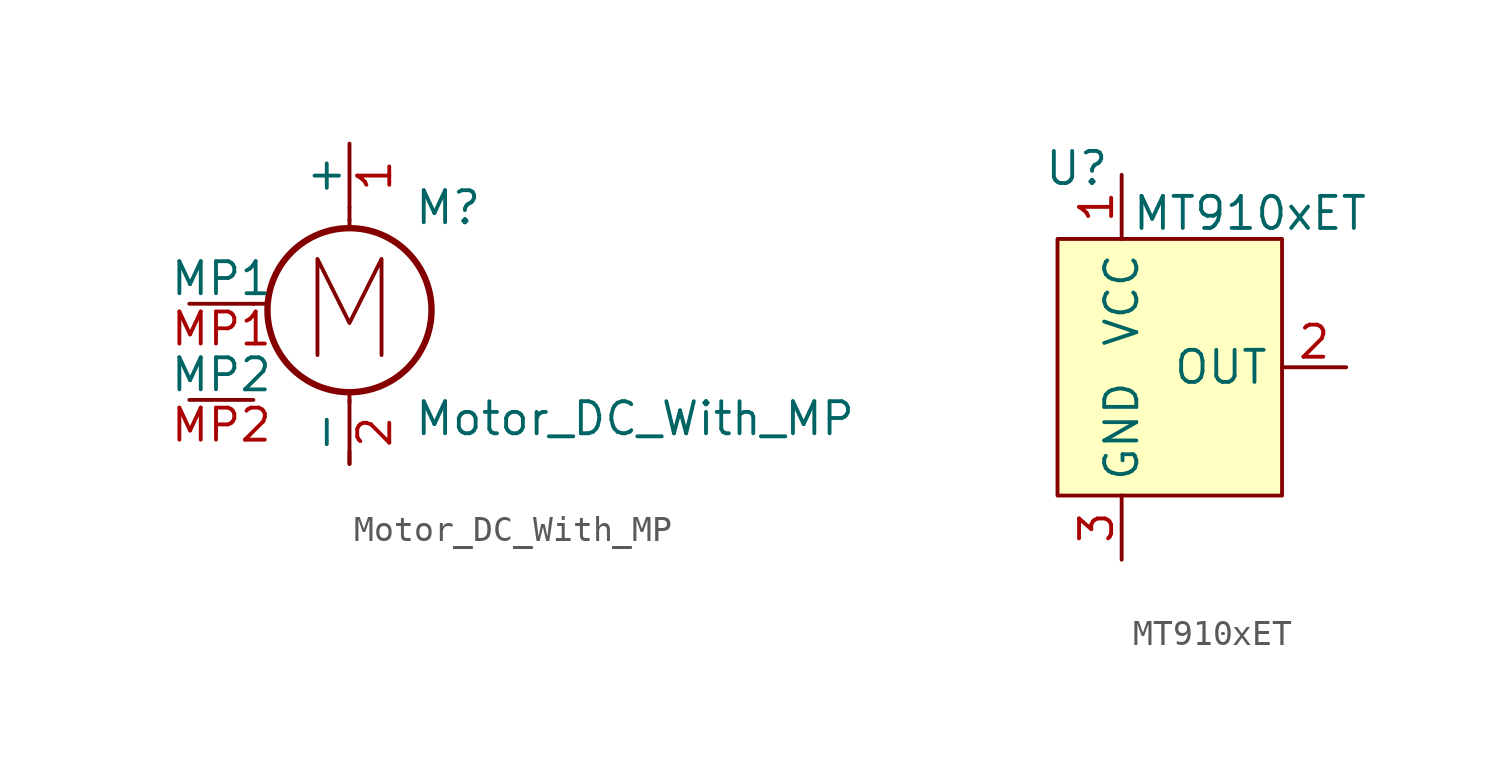
<source format=kicad_sym>
(kicad_symbol_lib
  (version 20231120)
  (generator "kicad_symbol_editor")
  (generator_version "8.0")
  (symbol "Motor_DC_With_MP"
    (pin_names
      (offset 0))
    (property "Reference" "M"
      (at 2.54 2.54 0)
      (effects (font (size 1.27 1.27)) (justify left)))
    (property "Value" "Motor_DC_With_MP"
      (at 2.54 -5.08 0)
      (effects (font (size 1.27 1.27)) (justify left top)))
    (symbol "Motor_DC_With_MP_0_0"
      (polyline (pts (xy -1.27 -3.302) (xy -1.27 0.508) (xy 0 -2.032) (xy 1.27 0.508) (xy 1.27 -3.302)) (stroke (width 0) (type default)) (fill (type none))))
    (symbol "Motor_DC_With_MP_0_1"
      (circle (center 0 -1.524) (radius 3.251) (stroke (width 0.254) (type default)) (fill (type none)))
      (polyline (pts (xy -3.81 -1.27) (xy -3.302 -1.27)) (stroke (width 0) (type default)) (fill (type none)))
      (polyline (pts (xy 0 -7.62) (xy 0 -7.112)) (stroke (width 0) (type default)) (fill (type none)))
      (polyline (pts (xy 0 -4.775) (xy 0 -5.182)) (stroke (width 0) (type default)) (fill (type none)))
      (polyline (pts (xy 0 1.727) (xy 0 2.083)) (stroke (width 0) (type default)) (fill (type none)))
      (polyline (pts (xy 0 2.032) (xy 0 2.54)) (stroke (width 0) (type default)) (fill (type none))))
    (symbol "Motor_DC_With_MP_1_1"
      (pin passive line (at 0 5.08 270) (length 2.54) (name "+" (effects (font (size 1.27 1.27)))) (number "1" (effects (font (size 1.27 1.27)))))
      (pin passive line (at 0 -7.62 90) (length 2.54) (name "-" (effects (font (size 1.27 1.27)))) (number "2" (effects (font (size 1.27 1.27)))))
      (pin passive line (at -6.35 -1.27 0) (length 2.54) (name "MP1" (effects (font (size 1.27 1.27)))) (number "MP1" (effects (font (size 1.27 1.27)))))
      (pin passive line (at -6.35 -5.08 0) (length 2.54) (name "MP2" (effects (font (size 1.27 1.27)))) (number "MP2" (effects (font (size 1.27 1.27)))))))
  (symbol "MT910xET"
    (property "Reference" "U"
      (at -1.778 7.874 0)
      (effects (font (size 1.27 1.27))))
    (property "Value" "MT910xET"
      (at 5.08 6.096 0)
      (effects (font (size 1.27 1.27))))
    (symbol "MT910xET_1_1"
      (rectangle (start -2.54 5.08) (end 6.35 -5.08) (stroke (width 0) (type default)) (fill (type background)))
      (pin power_in line (at 0 7.62 270) (length 2.54) (name "VCC" (effects (font (size 1.27 1.27)))) (number "1" (effects (font (size 1.27 1.27)))))
      (pin output line (at 8.89 0 180) (length 2.54) (name "OUT" (effects (font (size 1.27 1.27)))) (number "2" (effects (font (size 1.27 1.27)))))
      (pin power_in line (at 0 -7.62 90) (length 2.54) (name "GND" (effects (font (size 1.27 1.27)))) (number "3" (effects (font (size 1.27 1.27))))))))
</source>
